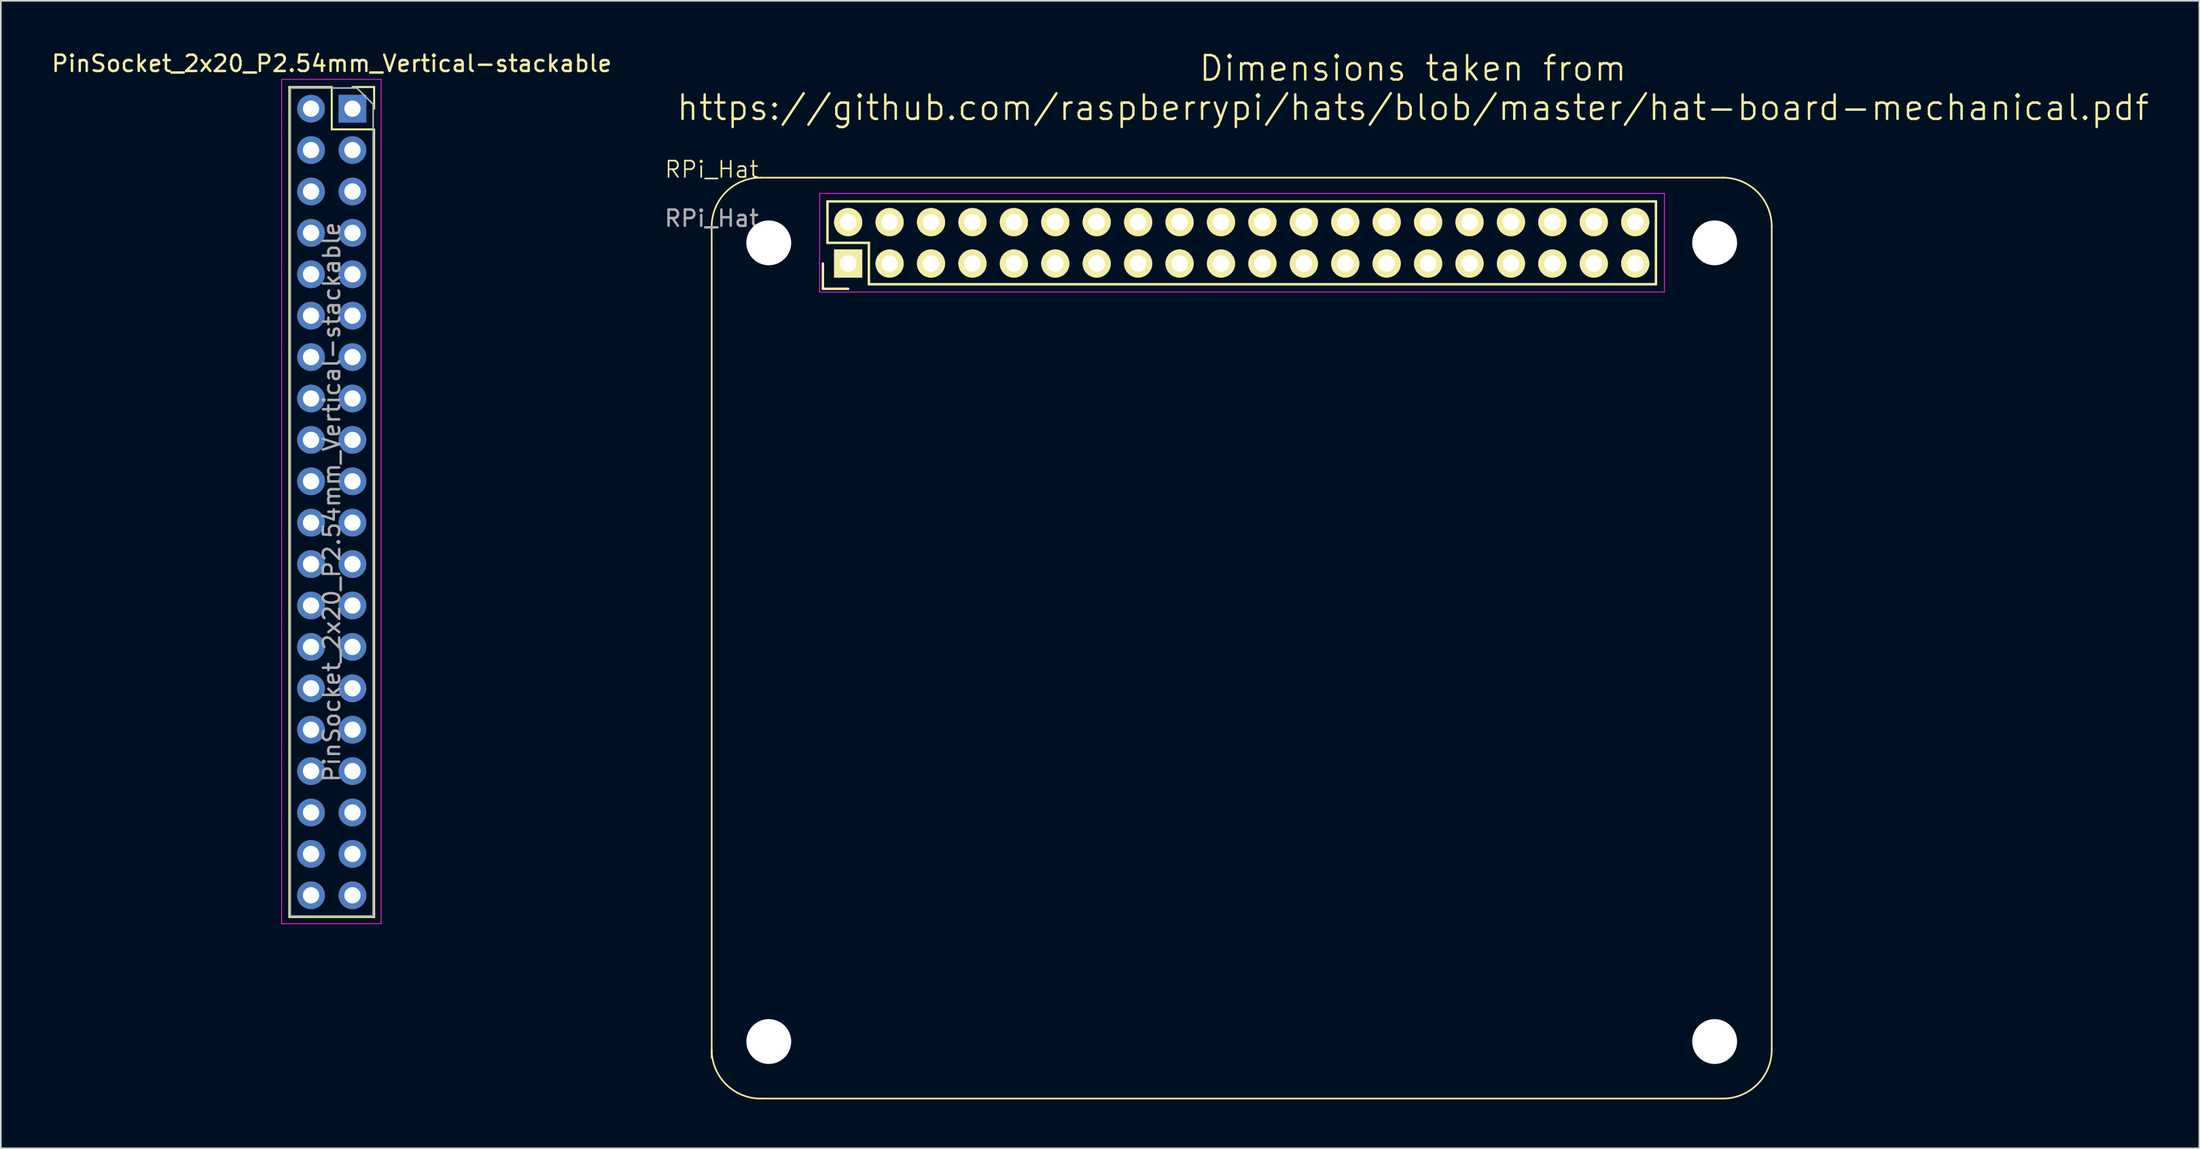
<source format=kicad_pcb>
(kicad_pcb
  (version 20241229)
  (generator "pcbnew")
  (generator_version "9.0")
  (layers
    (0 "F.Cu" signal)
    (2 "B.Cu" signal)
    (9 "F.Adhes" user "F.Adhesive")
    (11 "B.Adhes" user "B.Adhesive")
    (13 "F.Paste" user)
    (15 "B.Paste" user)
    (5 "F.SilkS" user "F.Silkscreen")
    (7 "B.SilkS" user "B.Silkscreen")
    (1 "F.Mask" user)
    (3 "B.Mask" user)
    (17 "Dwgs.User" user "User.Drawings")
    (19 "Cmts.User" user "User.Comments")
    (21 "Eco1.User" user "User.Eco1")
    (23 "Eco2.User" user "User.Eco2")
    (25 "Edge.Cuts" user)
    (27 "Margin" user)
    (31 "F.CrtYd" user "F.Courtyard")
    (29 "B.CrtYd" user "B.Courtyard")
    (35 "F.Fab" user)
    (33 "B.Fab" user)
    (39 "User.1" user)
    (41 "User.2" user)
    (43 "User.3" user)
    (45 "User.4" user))
  (footprint "PinSocket_2x20_P2.54mm_Vertical-stackable"
    (layer "F.Cu")
    (at 18.562 3.618)
    (property "Reference" "PinSocket_2x20_P2.54mm_Vertical-stackable" (at -1.27 -2.77 0) (layer "F.SilkS") (effects (font (size 1 1) (thickness 0.15))))
    (attr through_hole)
    (fp_line (start -3.87 -1.33) (end -3.87 49.59) (stroke (width 0.12) (type solid)) (layer "F.SilkS"))
    (fp_line (start -3.87 -1.33) (end -1.27 -1.33) (stroke (width 0.12) (type solid)) (layer "F.SilkS"))
    (fp_line (start -3.87 49.59) (end 1.33 49.59) (stroke (width 0.12) (type solid)) (layer "F.SilkS"))
    (fp_line (start -1.27 -1.33) (end -1.27 1.27) (stroke (width 0.12) (type solid)) (layer "F.SilkS"))
    (fp_line (start -1.27 1.27) (end 1.33 1.27) (stroke (width 0.12) (type solid)) (layer "F.SilkS"))
    (fp_line (start 0 -1.33) (end 1.33 -1.33) (stroke (width 0.12) (type solid)) (layer "F.SilkS"))
    (fp_line (start 1.33 -1.33) (end 1.33 0) (stroke (width 0.12) (type solid)) (layer "F.SilkS"))
    (fp_line (start 1.33 1.27) (end 1.33 49.59) (stroke (width 0.12) (type solid)) (layer "F.SilkS"))
    (fp_line (start -4.34 -1.8) (end 1.76 -1.8) (stroke (width 0.05) (type solid)) (layer "F.CrtYd"))
    (fp_line (start -4.34 50) (end -4.34 -1.8) (stroke (width 0.05) (type solid)) (layer "F.CrtYd"))
    (fp_line (start 1.76 -1.8) (end 1.76 50) (stroke (width 0.05) (type solid)) (layer "F.CrtYd"))
    (fp_line (start 1.76 50) (end -4.34 50) (stroke (width 0.05) (type solid)) (layer "F.CrtYd"))
    (fp_line (start -3.81 -1.27) (end 0.27 -1.27) (stroke (width 0.1) (type solid)) (layer "F.Fab"))
    (fp_line (start -3.81 49.53) (end -3.81 -1.27) (stroke (width 0.1) (type solid)) (layer "F.Fab"))
    (fp_line (start 0.27 -1.27) (end 1.27 -0.27) (stroke (width 0.1) (type solid)) (layer "F.Fab"))
    (fp_line (start 1.27 -0.27) (end 1.27 49.53) (stroke (width 0.1) (type solid)) (layer "F.Fab"))
    (fp_line (start 1.27 49.53) (end -3.81 49.53) (stroke (width 0.1) (type solid)) (layer "F.Fab"))
    (fp_text user "${REFERENCE}" (at -1.27 24.13 90) (layer "F.Fab") (effects (font (size 1 1) (thickness 0.15))))
    (pad "1" thru_hole rect (at 0 0) (size 1.7 1.7) (drill 1) (layers "*.Cu" "*.Mask"))
    (pad "2" thru_hole oval (at -2.54 0) (size 1.7 1.7) (drill 1) (layers "*.Cu" "*.Mask"))
    (pad "3" thru_hole oval (at 0 2.54) (size 1.7 1.7) (drill 1) (layers "*.Cu" "*.Mask"))
    (pad "4" thru_hole oval (at -2.54 2.54) (size 1.7 1.7) (drill 1) (layers "*.Cu" "*.Mask"))
    (pad "5" thru_hole oval (at 0 5.08) (size 1.7 1.7) (drill 1) (layers "*.Cu" "*.Mask"))
    (pad "6" thru_hole oval (at -2.54 5.08) (size 1.7 1.7) (drill 1) (layers "*.Cu" "*.Mask"))
    (pad "7" thru_hole oval (at 0 7.62) (size 1.7 1.7) (drill 1) (layers "*.Cu" "*.Mask"))
    (pad "8" thru_hole oval (at -2.54 7.62) (size 1.7 1.7) (drill 1) (layers "*.Cu" "*.Mask"))
    (pad "9" thru_hole oval (at 0 10.16) (size 1.7 1.7) (drill 1) (layers "*.Cu" "*.Mask"))
    (pad "10" thru_hole oval (at -2.54 10.16) (size 1.7 1.7) (drill 1) (layers "*.Cu" "*.Mask"))
    (pad "11" thru_hole oval (at 0 12.7) (size 1.7 1.7) (drill 1) (layers "*.Cu" "*.Mask"))
    (pad "12" thru_hole oval (at -2.54 12.7) (size 1.7 1.7) (drill 1) (layers "*.Cu" "*.Mask"))
    (pad "13" thru_hole oval (at 0 15.24) (size 1.7 1.7) (drill 1) (layers "*.Cu" "*.Mask"))
    (pad "14" thru_hole oval (at -2.54 15.24) (size 1.7 1.7) (drill 1) (layers "*.Cu" "*.Mask"))
    (pad "15" thru_hole oval (at 0 17.78) (size 1.7 1.7) (drill 1) (layers "*.Cu" "*.Mask"))
    (pad "16" thru_hole oval (at -2.54 17.78) (size 1.7 1.7) (drill 1) (layers "*.Cu" "*.Mask"))
    (pad "17" thru_hole oval (at 0 20.32) (size 1.7 1.7) (drill 1) (layers "*.Cu" "*.Mask"))
    (pad "18" thru_hole oval (at -2.54 20.32) (size 1.7 1.7) (drill 1) (layers "*.Cu" "*.Mask"))
    (pad "19" thru_hole oval (at 0 22.86) (size 1.7 1.7) (drill 1) (layers "*.Cu" "*.Mask"))
    (pad "20" thru_hole oval (at -2.54 22.86) (size 1.7 1.7) (drill 1) (layers "*.Cu" "*.Mask"))
    (pad "21" thru_hole oval (at 0 25.4) (size 1.7 1.7) (drill 1) (layers "*.Cu" "*.Mask"))
    (pad "22" thru_hole oval (at -2.54 25.4) (size 1.7 1.7) (drill 1) (layers "*.Cu" "*.Mask"))
    (pad "23" thru_hole oval (at 0 27.94) (size 1.7 1.7) (drill 1) (layers "*.Cu" "*.Mask"))
    (pad "24" thru_hole oval (at -2.54 27.94) (size 1.7 1.7) (drill 1) (layers "*.Cu" "*.Mask"))
    (pad "25" thru_hole oval (at 0 30.48) (size 1.7 1.7) (drill 1) (layers "*.Cu" "*.Mask"))
    (pad "26" thru_hole oval (at -2.54 30.48) (size 1.7 1.7) (drill 1) (layers "*.Cu" "*.Mask"))
    (pad "27" thru_hole oval (at 0 33.02) (size 1.7 1.7) (drill 1) (layers "*.Cu" "*.Mask"))
    (pad "28" thru_hole oval (at -2.54 33.02) (size 1.7 1.7) (drill 1) (layers "*.Cu" "*.Mask"))
    (pad "29" thru_hole oval (at 0 35.56) (size 1.7 1.7) (drill 1) (layers "*.Cu" "*.Mask"))
    (pad "30" thru_hole oval (at -2.54 35.56) (size 1.7 1.7) (drill 1) (layers "*.Cu" "*.Mask"))
    (pad "31" thru_hole oval (at 0 38.1) (size 1.7 1.7) (drill 1) (layers "*.Cu" "*.Mask"))
    (pad "32" thru_hole oval (at -2.54 38.1) (size 1.7 1.7) (drill 1) (layers "*.Cu" "*.Mask"))
    (pad "33" thru_hole oval (at 0 40.64) (size 1.7 1.7) (drill 1) (layers "*.Cu" "*.Mask"))
    (pad "34" thru_hole oval (at -2.54 40.64) (size 1.7 1.7) (drill 1) (layers "*.Cu" "*.Mask"))
    (pad "35" thru_hole oval (at 0 43.18) (size 1.7 1.7) (drill 1) (layers "*.Cu" "*.Mask"))
    (pad "36" thru_hole oval (at -2.54 43.18) (size 1.7 1.7) (drill 1) (layers "*.Cu" "*.Mask"))
    (pad "37" thru_hole oval (at 0 45.72) (size 1.7 1.7) (drill 1) (layers "*.Cu" "*.Mask"))
    (pad "38" thru_hole oval (at -2.54 45.72) (size 1.7 1.7) (drill 1) (layers "*.Cu" "*.Mask"))
    (pad "39" thru_hole oval (at 0 48.26) (size 1.7 1.7) (drill 1) (layers "*.Cu" "*.Mask"))
    (pad "40" thru_hole oval (at -2.54 48.26) (size 1.7 1.7) (drill 1) (layers "*.Cu" "*.Mask")))
  (footprint "RPi_Hat"
    (layer "F.Cu")
    (at 40.589 7.848)
    (property "Reference" "RPi_Hat" (at 0 -0.5 0) (unlocked yes) (layer "F.SilkS") (effects (font (size 1 1) (thickness 0.1))))
    (attr through_hole exclude_from_pos_files exclude_from_bom)
    (fp_line (start 0 3) (end 0 54) (stroke (width 0.1) (type solid)) (layer "F.SilkS"))
    (fp_line (start 3 0) (end 62 0) (stroke (width 0.1) (type solid)) (layer "F.SilkS"))
    (fp_line (start 3 56.5) (end 62 56.5) (stroke (width 0.1) (type solid)) (layer "F.SilkS"))
    (fp_line (start 6.82 5.27) (end 6.82 6.82) (stroke (width 0.15) (type solid)) (layer "F.SilkS"))
    (fp_line (start 6.82 6.82) (end 8.37 6.82) (stroke (width 0.15) (type solid)) (layer "F.SilkS"))
    (fp_line (start 7.1 1.46) (end 7.1 4) (stroke (width 0.15) (type solid)) (layer "F.SilkS"))
    (fp_line (start 7.1 4) (end 9.64 4) (stroke (width 0.15) (type solid)) (layer "F.SilkS"))
    (fp_line (start 9.64 4) (end 9.64 6.54) (stroke (width 0.15) (type solid)) (layer "F.SilkS"))
    (fp_line (start 9.64 6.54) (end 57.9 6.54) (stroke (width 0.15) (type solid)) (layer "F.SilkS"))
    (fp_line (start 57.9 1.46) (end 7.1 1.46) (stroke (width 0.15) (type solid)) (layer "F.SilkS"))
    (fp_line (start 57.9 1.46) (end 57.9 6.54) (stroke (width 0.15) (type solid)) (layer "F.SilkS"))
    (fp_line (start 65 3) (end 65 53.5) (stroke (width 0.1) (type solid)) (layer "F.SilkS"))
    (fp_arc (start 0 3) (mid 0.87868 0.87868) (end 3 0) (stroke (width 0.1) (type solid)) (layer "F.SilkS"))
    (fp_arc (start 3 56.5) (mid 0.87868 55.62132) (end 0 53.5) (stroke (width 0.1) (type solid)) (layer "F.SilkS"))
    (fp_arc (start 62 0) (mid 64.12132 0.87868) (end 65 3) (stroke (width 0.1) (type solid)) (layer "F.SilkS"))
    (fp_arc (start 65 53.5) (mid 64.12132 55.62132) (end 62 56.5) (stroke (width 0.1) (type solid)) (layer "F.SilkS"))
    (fp_line (start 6.62 0.97) (end 58.42 0.97) (stroke (width 0.05) (type solid)) (layer "F.CrtYd"))
    (fp_line (start 6.62 7.02) (end 6.62 0.97) (stroke (width 0.05) (type solid)) (layer "F.CrtYd"))
    (fp_line (start 6.62 7.02) (end 58.42 7.02) (stroke (width 0.05) (type solid)) (layer "F.CrtYd"))
    (fp_line (start 58.42 7.02) (end 58.42 0.97) (stroke (width 0.05) (type solid)) (layer "F.CrtYd"))
    (fp_text user "Dimensions taken from\nhttps://github.com/raspberrypi/hats/blob/master/hat-board-mechanical.pdf" (at 43 -5.5 0) (unlocked yes) (layer "F.SilkS") (effects (font (size 1.5 1.5) (thickness 0.15))))
    (fp_text user "${REFERENCE}" (at 0 2.5 0) (unlocked yes) (layer "F.Fab") (effects (font (size 1 1) (thickness 0.15))))
    (pad "" np_thru_hole circle (at 3.5 4) (size 2.75 2.75) (drill 2.75) (layers "*.Cu" "*.Mask"))
    (pad "" np_thru_hole circle (at 3.5 53) (size 2.75 2.75) (drill 2.75) (layers "*.Cu" "*.Mask"))
    (pad "" np_thru_hole circle (at 61.5 4) (size 2.75 2.75) (drill 2.75) (layers "*.Cu" "*.Mask"))
    (pad "" np_thru_hole circle (at 61.5 53) (size 2.75 2.75) (drill 2.75) (layers "*.Cu" "*.Mask"))
    (pad "1" thru_hole rect (at 8.37 5.27 90) (size 1.727 1.727) (drill 1.016) (layers "*.Cu" "*.Mask" "F.SilkS"))
    (pad "2" thru_hole oval (at 8.37 2.73 90) (size 1.727 1.727) (drill 1.016) (layers "*.Cu" "*.Mask" "F.SilkS"))
    (pad "3" thru_hole oval (at 10.91 5.27 90) (size 1.727 1.727) (drill 1.016) (layers "*.Cu" "*.Mask" "F.SilkS"))
    (pad "4" thru_hole oval (at 10.91 2.73 90) (size 1.727 1.727) (drill 1.016) (layers "*.Cu" "*.Mask" "F.SilkS"))
    (pad "5" thru_hole oval (at 13.45 5.27 90) (size 1.727 1.727) (drill 1.016) (layers "*.Cu" "*.Mask" "F.SilkS"))
    (pad "6" thru_hole oval (at 13.45 2.73 90) (size 1.727 1.727) (drill 1.016) (layers "*.Cu" "*.Mask" "F.SilkS"))
    (pad "7" thru_hole oval (at 15.99 5.27 90) (size 1.727 1.727) (drill 1.016) (layers "*.Cu" "*.Mask" "F.SilkS"))
    (pad "8" thru_hole oval (at 15.99 2.73 90) (size 1.727 1.727) (drill 1.016) (layers "*.Cu" "*.Mask" "F.SilkS"))
    (pad "9" thru_hole oval (at 18.53 5.27 90) (size 1.727 1.727) (drill 1.016) (layers "*.Cu" "*.Mask" "F.SilkS"))
    (pad "10" thru_hole oval (at 18.53 2.73 90) (size 1.727 1.727) (drill 1.016) (layers "*.Cu" "*.Mask" "F.SilkS"))
    (pad "11" thru_hole oval (at 21.07 5.27 90) (size 1.727 1.727) (drill 1.016) (layers "*.Cu" "*.Mask" "F.SilkS"))
    (pad "12" thru_hole oval (at 21.07 2.73 90) (size 1.727 1.727) (drill 1.016) (layers "*.Cu" "*.Mask" "F.SilkS"))
    (pad "13" thru_hole oval (at 23.61 5.27 90) (size 1.727 1.727) (drill 1.016) (layers "*.Cu" "*.Mask" "F.SilkS"))
    (pad "14" thru_hole oval (at 23.61 2.73 90) (size 1.727 1.727) (drill 1.016) (layers "*.Cu" "*.Mask" "F.SilkS"))
    (pad "15" thru_hole oval (at 26.15 5.27 90) (size 1.727 1.727) (drill 1.016) (layers "*.Cu" "*.Mask" "F.SilkS"))
    (pad "16" thru_hole oval (at 26.15 2.73 90) (size 1.727 1.727) (drill 1.016) (layers "*.Cu" "*.Mask" "F.SilkS"))
    (pad "17" thru_hole oval (at 28.69 5.27 90) (size 1.727 1.727) (drill 1.016) (layers "*.Cu" "*.Mask" "F.SilkS"))
    (pad "18" thru_hole oval (at 28.69 2.73 90) (size 1.727 1.727) (drill 1.016) (layers "*.Cu" "*.Mask" "F.SilkS"))
    (pad "19" thru_hole oval (at 31.23 5.27 90) (size 1.727 1.727) (drill 1.016) (layers "*.Cu" "*.Mask" "F.SilkS"))
    (pad "20" thru_hole oval (at 31.23 2.73 90) (size 1.727 1.727) (drill 1.016) (layers "*.Cu" "*.Mask" "F.SilkS"))
    (pad "21" thru_hole oval (at 33.77 5.27 90) (size 1.727 1.727) (drill 1.016) (layers "*.Cu" "*.Mask" "F.SilkS"))
    (pad "22" thru_hole oval (at 33.77 2.73 90) (size 1.727 1.727) (drill 1.016) (layers "*.Cu" "*.Mask" "F.SilkS"))
    (pad "23" thru_hole oval (at 36.31 5.27 90) (size 1.727 1.727) (drill 1.016) (layers "*.Cu" "*.Mask" "F.SilkS"))
    (pad "24" thru_hole oval (at 36.31 2.73 90) (size 1.727 1.727) (drill 1.016) (layers "*.Cu" "*.Mask" "F.SilkS"))
    (pad "25" thru_hole oval (at 38.85 5.27 90) (size 1.727 1.727) (drill 1.016) (layers "*.Cu" "*.Mask" "F.SilkS"))
    (pad "26" thru_hole oval (at 38.85 2.73 90) (size 1.727 1.727) (drill 1.016) (layers "*.Cu" "*.Mask" "F.SilkS"))
    (pad "27" thru_hole oval (at 41.39 5.27 90) (size 1.727 1.727) (drill 1.016) (layers "*.Cu" "*.Mask" "F.SilkS"))
    (pad "28" thru_hole oval (at 41.39 2.73 90) (size 1.727 1.727) (drill 1.016) (layers "*.Cu" "*.Mask" "F.SilkS"))
    (pad "29" thru_hole oval (at 43.93 5.27 90) (size 1.727 1.727) (drill 1.016) (layers "*.Cu" "*.Mask" "F.SilkS"))
    (pad "30" thru_hole oval (at 43.93 2.73 90) (size 1.727 1.727) (drill 1.016) (layers "*.Cu" "*.Mask" "F.SilkS"))
    (pad "31" thru_hole oval (at 46.47 5.27 90) (size 1.727 1.727) (drill 1.016) (layers "*.Cu" "*.Mask" "F.SilkS"))
    (pad "32" thru_hole oval (at 46.47 2.73 90) (size 1.727 1.727) (drill 1.016) (layers "*.Cu" "*.Mask" "F.SilkS"))
    (pad "33" thru_hole oval (at 49.01 5.27 90) (size 1.727 1.727) (drill 1.016) (layers "*.Cu" "*.Mask" "F.SilkS"))
    (pad "34" thru_hole oval (at 49.01 2.73 90) (size 1.727 1.727) (drill 1.016) (layers "*.Cu" "*.Mask" "F.SilkS"))
    (pad "35" thru_hole oval (at 51.55 5.27 90) (size 1.727 1.727) (drill 1.016) (layers "*.Cu" "*.Mask" "F.SilkS"))
    (pad "36" thru_hole oval (at 51.55 2.73 90) (size 1.727 1.727) (drill 1.016) (layers "*.Cu" "*.Mask" "F.SilkS"))
    (pad "37" thru_hole oval (at 54.09 5.27 90) (size 1.727 1.727) (drill 1.016) (layers "*.Cu" "*.Mask" "F.SilkS"))
    (pad "38" thru_hole oval (at 54.09 2.73 90) (size 1.727 1.727) (drill 1.016) (layers "*.Cu" "*.Mask" "F.SilkS"))
    (pad "39" thru_hole oval (at 56.63 5.27 90) (size 1.727 1.727) (drill 1.016) (layers "*.Cu" "*.Mask" "F.SilkS"))
    (pad "40" thru_hole oval (at 56.63 2.73 90) (size 1.727 1.727) (drill 1.016) (layers "*.Cu" "*.Mask" "F.SilkS")))
  (gr_rect
    (start -3 -3)
    (end 131.807 67.398)
    (stroke (width 0.1) (type default))
    (fill no)
    (layer "Edge.Cuts")))
</source>
